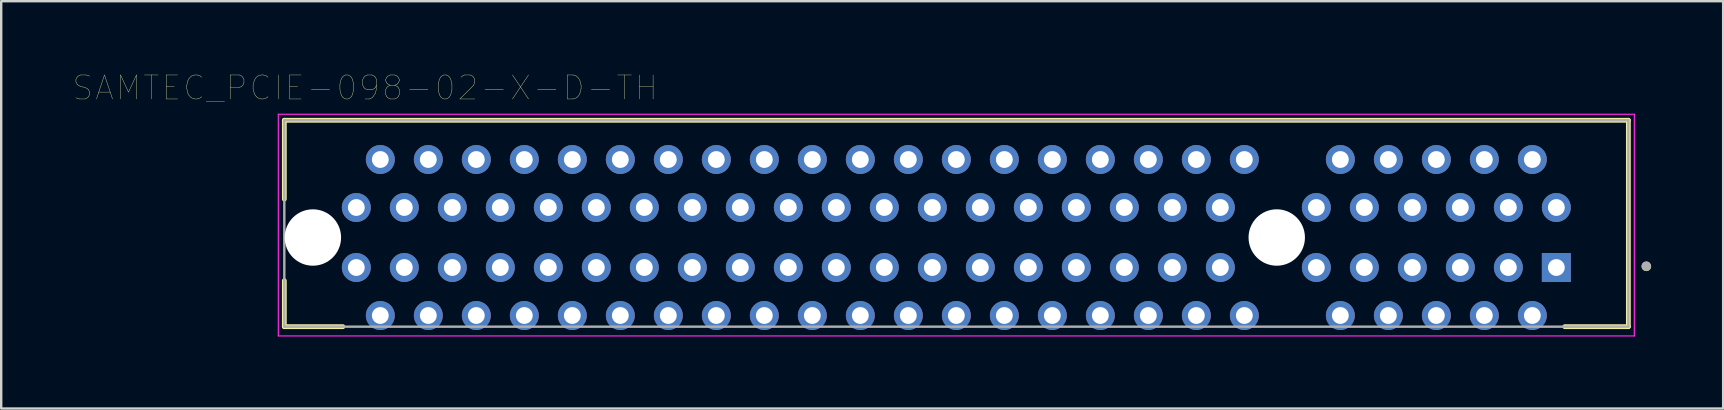
<source format=kicad_pcb>
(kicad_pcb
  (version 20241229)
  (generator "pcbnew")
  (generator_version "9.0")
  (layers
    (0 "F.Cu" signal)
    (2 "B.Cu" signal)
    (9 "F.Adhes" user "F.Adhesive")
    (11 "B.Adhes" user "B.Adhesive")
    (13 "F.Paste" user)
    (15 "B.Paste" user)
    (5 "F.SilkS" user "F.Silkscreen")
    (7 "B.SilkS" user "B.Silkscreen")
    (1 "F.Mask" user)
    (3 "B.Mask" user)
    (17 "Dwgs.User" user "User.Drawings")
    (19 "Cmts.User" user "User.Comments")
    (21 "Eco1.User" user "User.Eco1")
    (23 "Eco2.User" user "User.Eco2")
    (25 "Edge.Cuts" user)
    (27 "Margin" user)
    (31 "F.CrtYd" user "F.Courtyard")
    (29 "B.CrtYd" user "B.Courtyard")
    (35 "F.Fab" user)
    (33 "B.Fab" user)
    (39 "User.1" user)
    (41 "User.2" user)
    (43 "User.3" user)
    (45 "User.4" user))
  (footprint "SAMTEC_PCIE-098-02-X-D-TH"
    (layer "F.Cu")
    (at 36.796 6.261)
    (property "Reference" "SAMTEC_PCIE-098-02-X-D-TH" (at -24.635 -5.65 0) (layer "F.SilkS") (effects (font (size 1 1) (thickness 0.015))))
    (attr through_hole)
    (fp_line (start -28 -4.3) (end 28 -4.3) (stroke (width 0.2) (type solid)) (layer "F.SilkS"))
    (fp_line (start -28 -1.015) (end -28 -4.3) (stroke (width 0.2) (type solid)) (layer "F.SilkS"))
    (fp_line (start -28 4.3) (end -28 2.385) (stroke (width 0.2) (type solid)) (layer "F.SilkS"))
    (fp_line (start -25.56 4.3) (end -28 4.3) (stroke (width 0.2) (type solid)) (layer "F.SilkS"))
    (fp_line (start 28 -4.3) (end 28 4.3) (stroke (width 0.2) (type solid)) (layer "F.SilkS"))
    (fp_line (start 28 4.3) (end 25.35 4.3) (stroke (width 0.2) (type solid)) (layer "F.SilkS"))
    (fp_circle (center 28.75 1.785) (end 28.85 1.785) (stroke (width 0.2) (type solid)) (fill no) (layer "F.SilkS"))
    (fp_line (start -28.25 -4.55) (end 28.25 -4.55) (stroke (width 0.05) (type solid)) (layer "F.CrtYd"))
    (fp_line (start -28.25 4.685) (end -28.25 -4.55) (stroke (width 0.05) (type solid)) (layer "F.CrtYd"))
    (fp_line (start 28.25 -4.55) (end 28.25 4.685) (stroke (width 0.05) (type solid)) (layer "F.CrtYd"))
    (fp_line (start 28.25 4.685) (end -28.25 4.685) (stroke (width 0.05) (type solid)) (layer "F.CrtYd"))
    (fp_line (start -28 -4.3) (end 28 -4.3) (stroke (width 0.1) (type solid)) (layer "F.Fab"))
    (fp_line (start -28 4.3) (end -28 -4.3) (stroke (width 0.1) (type solid)) (layer "F.Fab"))
    (fp_line (start 28 -4.3) (end 28 4.3) (stroke (width 0.1) (type solid)) (layer "F.Fab"))
    (fp_line (start 28 4.3) (end -28 4.3) (stroke (width 0.1) (type solid)) (layer "F.Fab"))
    (fp_circle (center 28.75 1.785) (end 28.85 1.785) (stroke (width 0.2) (type solid)) (fill no) (layer "F.Fab"))
    (pad "" np_thru_hole circle (at -26.81 0.585) (size 2.35 2.35) (drill 2.35) (layers "*.Cu" "*.Mask"))
    (pad "" np_thru_hole circle (at 13.35 0.585) (size 2.35 2.35) (drill 2.35) (layers "*.Cu" "*.Mask"))
    (pad "A1" thru_hole rect (at 25 1.835) (size 1.208 1.208) (drill 0.7) (layers "*.Cu" "*.Mask"))
    (pad "A2" thru_hole circle (at 24 3.835) (size 1.208 1.208) (drill 0.7) (layers "*.Cu" "*.Mask"))
    (pad "A3" thru_hole circle (at 23 1.835) (size 1.208 1.208) (drill 0.7) (layers "*.Cu" "*.Mask"))
    (pad "A4" thru_hole circle (at 22 3.835) (size 1.208 1.208) (drill 0.7) (layers "*.Cu" "*.Mask"))
    (pad "A5" thru_hole circle (at 21 1.835) (size 1.208 1.208) (drill 0.7) (layers "*.Cu" "*.Mask"))
    (pad "A6" thru_hole circle (at 20 3.835) (size 1.208 1.208) (drill 0.7) (layers "*.Cu" "*.Mask"))
    (pad "A7" thru_hole circle (at 19 1.835) (size 1.208 1.208) (drill 0.7) (layers "*.Cu" "*.Mask"))
    (pad "A8" thru_hole circle (at 18 3.835) (size 1.208 1.208) (drill 0.7) (layers "*.Cu" "*.Mask"))
    (pad "A9" thru_hole circle (at 17 1.835) (size 1.208 1.208) (drill 0.7) (layers "*.Cu" "*.Mask"))
    (pad "A10" thru_hole circle (at 16 3.835) (size 1.208 1.208) (drill 0.7) (layers "*.Cu" "*.Mask"))
    (pad "A11" thru_hole circle (at 15 1.835) (size 1.208 1.208) (drill 0.7) (layers "*.Cu" "*.Mask"))
    (pad "A12" thru_hole circle (at 12 3.835) (size 1.208 1.208) (drill 0.7) (layers "*.Cu" "*.Mask"))
    (pad "A13" thru_hole circle (at 11 1.835) (size 1.208 1.208) (drill 0.7) (layers "*.Cu" "*.Mask"))
    (pad "A14" thru_hole circle (at 10 3.835) (size 1.208 1.208) (drill 0.7) (layers "*.Cu" "*.Mask"))
    (pad "A15" thru_hole circle (at 9 1.835) (size 1.208 1.208) (drill 0.7) (layers "*.Cu" "*.Mask"))
    (pad "A16" thru_hole circle (at 8 3.835) (size 1.208 1.208) (drill 0.7) (layers "*.Cu" "*.Mask"))
    (pad "A17" thru_hole circle (at 7 1.835) (size 1.208 1.208) (drill 0.7) (layers "*.Cu" "*.Mask"))
    (pad "A18" thru_hole circle (at 6 3.835) (size 1.208 1.208) (drill 0.7) (layers "*.Cu" "*.Mask"))
    (pad "A19" thru_hole circle (at 5 1.835) (size 1.208 1.208) (drill 0.7) (layers "*.Cu" "*.Mask"))
    (pad "A20" thru_hole circle (at 4 3.835) (size 1.208 1.208) (drill 0.7) (layers "*.Cu" "*.Mask"))
    (pad "A21" thru_hole circle (at 3 1.835) (size 1.208 1.208) (drill 0.7) (layers "*.Cu" "*.Mask"))
    (pad "A22" thru_hole circle (at 2 3.835) (size 1.208 1.208) (drill 0.7) (layers "*.Cu" "*.Mask"))
    (pad "A23" thru_hole circle (at 1 1.835) (size 1.208 1.208) (drill 0.7) (layers "*.Cu" "*.Mask"))
    (pad "A24" thru_hole circle (at 0 3.835) (size 1.208 1.208) (drill 0.7) (layers "*.Cu" "*.Mask"))
    (pad "A25" thru_hole circle (at -1 1.835) (size 1.208 1.208) (drill 0.7) (layers "*.Cu" "*.Mask"))
    (pad "A26" thru_hole circle (at -2 3.835) (size 1.208 1.208) (drill 0.7) (layers "*.Cu" "*.Mask"))
    (pad "A27" thru_hole circle (at -3 1.835) (size 1.208 1.208) (drill 0.7) (layers "*.Cu" "*.Mask"))
    (pad "A28" thru_hole circle (at -4 3.835) (size 1.208 1.208) (drill 0.7) (layers "*.Cu" "*.Mask"))
    (pad "A29" thru_hole circle (at -5 1.835) (size 1.208 1.208) (drill 0.7) (layers "*.Cu" "*.Mask"))
    (pad "A30" thru_hole circle (at -6 3.835) (size 1.208 1.208) (drill 0.7) (layers "*.Cu" "*.Mask"))
    (pad "A31" thru_hole circle (at -7 1.835) (size 1.208 1.208) (drill 0.7) (layers "*.Cu" "*.Mask"))
    (pad "A32" thru_hole circle (at -8 3.835) (size 1.208 1.208) (drill 0.7) (layers "*.Cu" "*.Mask"))
    (pad "A33" thru_hole circle (at -9 1.835) (size 1.208 1.208) (drill 0.7) (layers "*.Cu" "*.Mask"))
    (pad "A34" thru_hole circle (at -10 3.835) (size 1.208 1.208) (drill 0.7) (layers "*.Cu" "*.Mask"))
    (pad "A35" thru_hole circle (at -11 1.835) (size 1.208 1.208) (drill 0.7) (layers "*.Cu" "*.Mask"))
    (pad "A36" thru_hole circle (at -12 3.835) (size 1.208 1.208) (drill 0.7) (layers "*.Cu" "*.Mask"))
    (pad "A37" thru_hole circle (at -13 1.835) (size 1.208 1.208) (drill 0.7) (layers "*.Cu" "*.Mask"))
    (pad "A38" thru_hole circle (at -14 3.835) (size 1.208 1.208) (drill 0.7) (layers "*.Cu" "*.Mask"))
    (pad "A39" thru_hole circle (at -15 1.835) (size 1.208 1.208) (drill 0.7) (layers "*.Cu" "*.Mask"))
    (pad "A40" thru_hole circle (at -16 3.835) (size 1.208 1.208) (drill 0.7) (layers "*.Cu" "*.Mask"))
    (pad "A41" thru_hole circle (at -17 1.835) (size 1.208 1.208) (drill 0.7) (layers "*.Cu" "*.Mask"))
    (pad "A42" thru_hole circle (at -18 3.835) (size 1.208 1.208) (drill 0.7) (layers "*.Cu" "*.Mask"))
    (pad "A43" thru_hole circle (at -19 1.835) (size 1.208 1.208) (drill 0.7) (layers "*.Cu" "*.Mask"))
    (pad "A44" thru_hole circle (at -20 3.835) (size 1.208 1.208) (drill 0.7) (layers "*.Cu" "*.Mask"))
    (pad "A45" thru_hole circle (at -21 1.835) (size 1.208 1.208) (drill 0.7) (layers "*.Cu" "*.Mask"))
    (pad "A46" thru_hole circle (at -22 3.835) (size 1.208 1.208) (drill 0.7) (layers "*.Cu" "*.Mask"))
    (pad "A47" thru_hole circle (at -23 1.835) (size 1.208 1.208) (drill 0.7) (layers "*.Cu" "*.Mask"))
    (pad "A48" thru_hole circle (at -24 3.835) (size 1.208 1.208) (drill 0.7) (layers "*.Cu" "*.Mask"))
    (pad "A49" thru_hole circle (at -25 1.835) (size 1.208 1.208) (drill 0.7) (layers "*.Cu" "*.Mask"))
    (pad "B1" thru_hole circle (at 25 -0.665) (size 1.208 1.208) (drill 0.7) (layers "*.Cu" "*.Mask"))
    (pad "B2" thru_hole circle (at 24 -2.665) (size 1.208 1.208) (drill 0.7) (layers "*.Cu" "*.Mask"))
    (pad "B3" thru_hole circle (at 23 -0.665) (size 1.208 1.208) (drill 0.7) (layers "*.Cu" "*.Mask"))
    (pad "B4" thru_hole circle (at 22 -2.665) (size 1.208 1.208) (drill 0.7) (layers "*.Cu" "*.Mask"))
    (pad "B5" thru_hole circle (at 21 -0.665) (size 1.208 1.208) (drill 0.7) (layers "*.Cu" "*.Mask"))
    (pad "B6" thru_hole circle (at 20 -2.665) (size 1.208 1.208) (drill 0.7) (layers "*.Cu" "*.Mask"))
    (pad "B7" thru_hole circle (at 19 -0.665) (size 1.208 1.208) (drill 0.7) (layers "*.Cu" "*.Mask"))
    (pad "B8" thru_hole circle (at 18 -2.665) (size 1.208 1.208) (drill 0.7) (layers "*.Cu" "*.Mask"))
    (pad "B9" thru_hole circle (at 17 -0.665) (size 1.208 1.208) (drill 0.7) (layers "*.Cu" "*.Mask"))
    (pad "B10" thru_hole circle (at 16 -2.665) (size 1.208 1.208) (drill 0.7) (layers "*.Cu" "*.Mask"))
    (pad "B11" thru_hole circle (at 15 -0.665) (size 1.208 1.208) (drill 0.7) (layers "*.Cu" "*.Mask"))
    (pad "B12" thru_hole circle (at 12 -2.665) (size 1.208 1.208) (drill 0.7) (layers "*.Cu" "*.Mask"))
    (pad "B13" thru_hole circle (at 11 -0.665) (size 1.208 1.208) (drill 0.7) (layers "*.Cu" "*.Mask"))
    (pad "B14" thru_hole circle (at 10 -2.665) (size 1.208 1.208) (drill 0.7) (layers "*.Cu" "*.Mask"))
    (pad "B15" thru_hole circle (at 9 -0.665) (size 1.208 1.208) (drill 0.7) (layers "*.Cu" "*.Mask"))
    (pad "B16" thru_hole circle (at 8 -2.665) (size 1.208 1.208) (drill 0.7) (layers "*.Cu" "*.Mask"))
    (pad "B17" thru_hole circle (at 7 -0.665) (size 1.208 1.208) (drill 0.7) (layers "*.Cu" "*.Mask"))
    (pad "B18" thru_hole circle (at 6 -2.665) (size 1.208 1.208) (drill 0.7) (layers "*.Cu" "*.Mask"))
    (pad "B19" thru_hole circle (at 5 -0.665) (size 1.208 1.208) (drill 0.7) (layers "*.Cu" "*.Mask"))
    (pad "B20" thru_hole circle (at 4 -2.665) (size 1.208 1.208) (drill 0.7) (layers "*.Cu" "*.Mask"))
    (pad "B21" thru_hole circle (at 3 -0.665) (size 1.208 1.208) (drill 0.7) (layers "*.Cu" "*.Mask"))
    (pad "B22" thru_hole circle (at 2 -2.665) (size 1.208 1.208) (drill 0.7) (layers "*.Cu" "*.Mask"))
    (pad "B23" thru_hole circle (at 1 -0.665) (size 1.208 1.208) (drill 0.7) (layers "*.Cu" "*.Mask"))
    (pad "B24" thru_hole circle (at 0 -2.665) (size 1.208 1.208) (drill 0.7) (layers "*.Cu" "*.Mask"))
    (pad "B25" thru_hole circle (at -1 -0.665) (size 1.208 1.208) (drill 0.7) (layers "*.Cu" "*.Mask"))
    (pad "B26" thru_hole circle (at -2 -2.665) (size 1.208 1.208) (drill 0.7) (layers "*.Cu" "*.Mask"))
    (pad "B27" thru_hole circle (at -3 -0.665) (size 1.208 1.208) (drill 0.7) (layers "*.Cu" "*.Mask"))
    (pad "B28" thru_hole circle (at -4 -2.665) (size 1.208 1.208) (drill 0.7) (layers "*.Cu" "*.Mask"))
    (pad "B29" thru_hole circle (at -5 -0.665) (size 1.208 1.208) (drill 0.7) (layers "*.Cu" "*.Mask"))
    (pad "B30" thru_hole circle (at -6 -2.665) (size 1.208 1.208) (drill 0.7) (layers "*.Cu" "*.Mask"))
    (pad "B31" thru_hole circle (at -7 -0.665) (size 1.208 1.208) (drill 0.7) (layers "*.Cu" "*.Mask"))
    (pad "B32" thru_hole circle (at -8 -2.665) (size 1.208 1.208) (drill 0.7) (layers "*.Cu" "*.Mask"))
    (pad "B33" thru_hole circle (at -9 -0.665) (size 1.208 1.208) (drill 0.7) (layers "*.Cu" "*.Mask"))
    (pad "B34" thru_hole circle (at -10 -2.665) (size 1.208 1.208) (drill 0.7) (layers "*.Cu" "*.Mask"))
    (pad "B35" thru_hole circle (at -11 -0.665) (size 1.208 1.208) (drill 0.7) (layers "*.Cu" "*.Mask"))
    (pad "B36" thru_hole circle (at -12 -2.665) (size 1.208 1.208) (drill 0.7) (layers "*.Cu" "*.Mask"))
    (pad "B37" thru_hole circle (at -13 -0.665) (size 1.208 1.208) (drill 0.7) (layers "*.Cu" "*.Mask"))
    (pad "B38" thru_hole circle (at -14 -2.665) (size 1.208 1.208) (drill 0.7) (layers "*.Cu" "*.Mask"))
    (pad "B39" thru_hole circle (at -15 -0.665) (size 1.208 1.208) (drill 0.7) (layers "*.Cu" "*.Mask"))
    (pad "B40" thru_hole circle (at -16 -2.665) (size 1.208 1.208) (drill 0.7) (layers "*.Cu" "*.Mask"))
    (pad "B41" thru_hole circle (at -17 -0.665) (size 1.208 1.208) (drill 0.7) (layers "*.Cu" "*.Mask"))
    (pad "B42" thru_hole circle (at -18 -2.665) (size 1.208 1.208) (drill 0.7) (layers "*.Cu" "*.Mask"))
    (pad "B43" thru_hole circle (at -19 -0.665) (size 1.208 1.208) (drill 0.7) (layers "*.Cu" "*.Mask"))
    (pad "B44" thru_hole circle (at -20 -2.665) (size 1.208 1.208) (drill 0.7) (layers "*.Cu" "*.Mask"))
    (pad "B45" thru_hole circle (at -21 -0.665) (size 1.208 1.208) (drill 0.7) (layers "*.Cu" "*.Mask"))
    (pad "B46" thru_hole circle (at -22 -2.665) (size 1.208 1.208) (drill 0.7) (layers "*.Cu" "*.Mask"))
    (pad "B47" thru_hole circle (at -23 -0.665) (size 1.208 1.208) (drill 0.7) (layers "*.Cu" "*.Mask"))
    (pad "B48" thru_hole circle (at -24 -2.665) (size 1.208 1.208) (drill 0.7) (layers "*.Cu" "*.Mask"))
    (pad "B49" thru_hole circle (at -25 -0.665) (size 1.208 1.208) (drill 0.7) (layers "*.Cu" "*.Mask")))
  (gr_rect
    (start -3 -3)
    (end 68.746 13.971)
    (stroke (width 0.1) (type default))
    (fill no)
    (layer "Edge.Cuts")))
</source>
